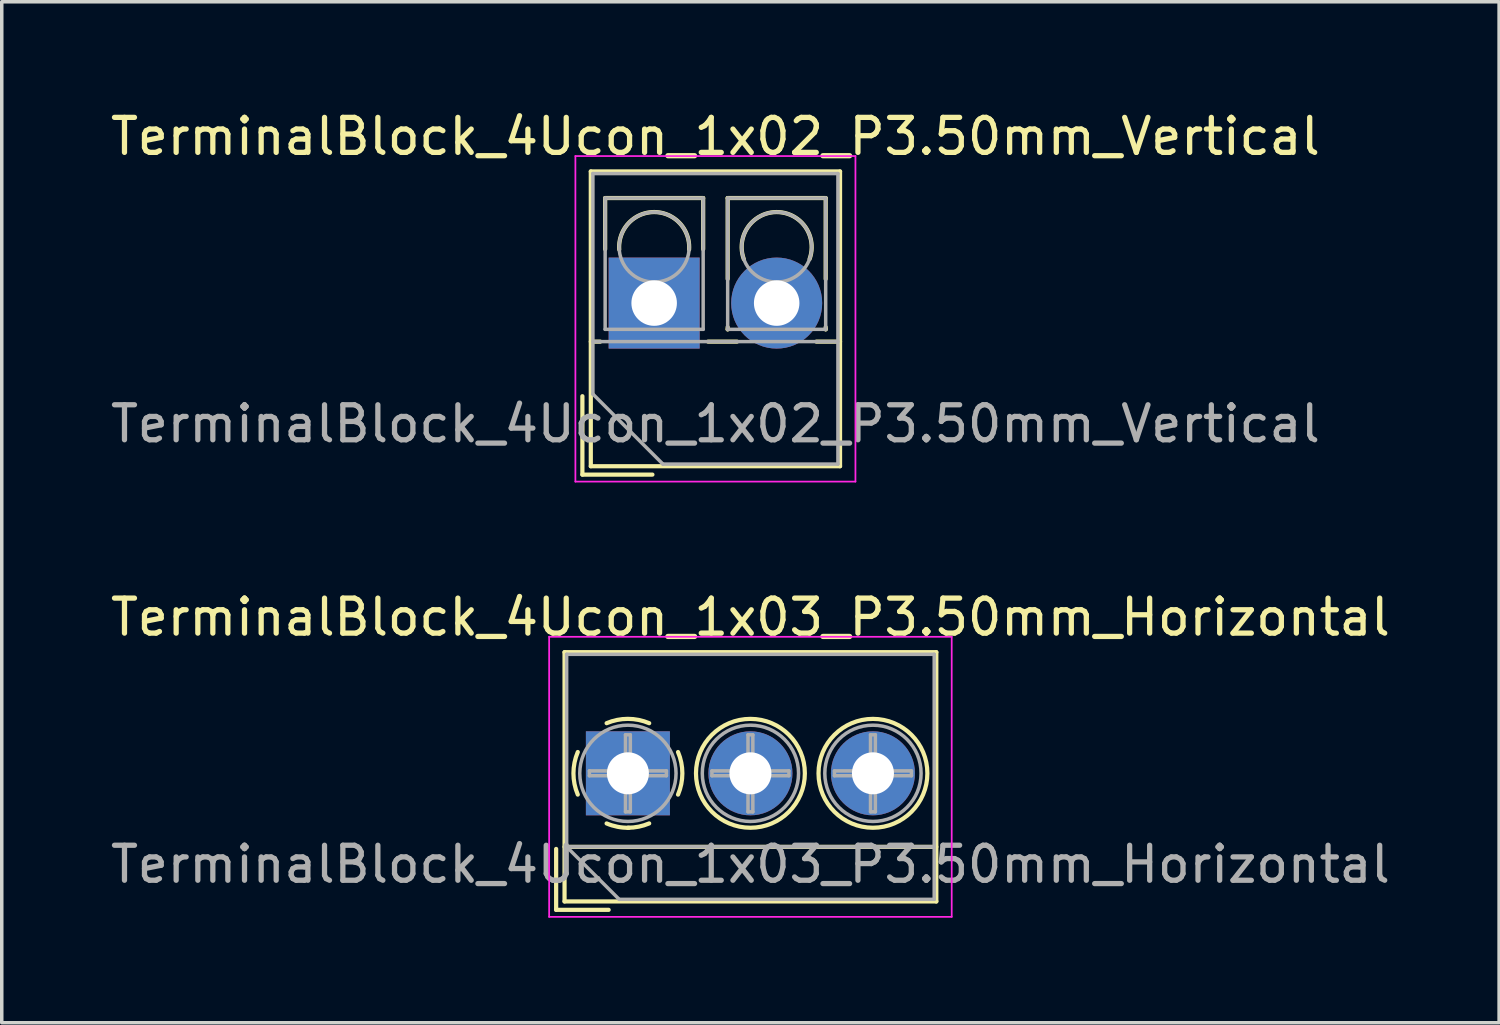
<source format=kicad_pcb>
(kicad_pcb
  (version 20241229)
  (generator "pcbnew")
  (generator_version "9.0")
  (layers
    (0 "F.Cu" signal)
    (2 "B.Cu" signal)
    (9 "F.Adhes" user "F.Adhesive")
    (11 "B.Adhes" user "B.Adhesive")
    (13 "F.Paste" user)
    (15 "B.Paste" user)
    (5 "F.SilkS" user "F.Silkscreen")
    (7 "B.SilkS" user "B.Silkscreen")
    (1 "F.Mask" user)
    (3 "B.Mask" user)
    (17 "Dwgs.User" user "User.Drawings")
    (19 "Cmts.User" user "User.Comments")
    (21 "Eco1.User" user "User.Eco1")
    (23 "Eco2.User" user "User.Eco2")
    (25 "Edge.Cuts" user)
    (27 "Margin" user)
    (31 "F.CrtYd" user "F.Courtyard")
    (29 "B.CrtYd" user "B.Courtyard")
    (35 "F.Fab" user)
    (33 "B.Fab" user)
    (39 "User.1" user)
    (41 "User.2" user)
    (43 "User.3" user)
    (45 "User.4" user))
  (footprint "TerminalBlock_4Ucon_1x02_P3.50mm_Vertical"
    (layer "F.Cu")
    (at 15.637 5.608)
    (property "Reference" "TerminalBlock_4Ucon_1x02_P3.50mm_Vertical" (at 1.75 -4.76 0) (layer "F.SilkS") (effects (font (size 1 1) (thickness 0.15))))
    (attr through_hole)
    (fp_line (start -2.05 2.66) (end -2.05 4.9) (stroke (width 0.12) (type solid)) (layer "F.SilkS"))
    (fp_line (start -2.05 4.9) (end -0.05 4.9) (stroke (width 0.12) (type solid)) (layer "F.SilkS"))
    (fp_line (start -1.81 -3.76) (end -1.81 4.66) (stroke (width 0.12) (type solid)) (layer "F.SilkS"))
    (fp_line (start -1.81 -3.76) (end 5.31 -3.76) (stroke (width 0.12) (type solid)) (layer "F.SilkS"))
    (fp_line (start -1.81 1.101) (end -1.54 1.101) (stroke (width 0.12) (type solid)) (layer "F.SilkS"))
    (fp_line (start -1.81 4.66) (end 5.31 4.66) (stroke (width 0.12) (type solid)) (layer "F.SilkS"))
    (fp_line (start -1.4 -3) (end -1.4 -1.54) (stroke (width 0.12) (type solid)) (layer "F.SilkS"))
    (fp_line (start -1.4 -3) (end 1.4 -3) (stroke (width 0.12) (type solid)) (layer "F.SilkS"))
    (fp_line (start 1.4 -3) (end 1.4 -1.54) (stroke (width 0.12) (type solid)) (layer "F.SilkS"))
    (fp_line (start 1.54 1.101) (end 2.367 1.101) (stroke (width 0.12) (type solid)) (layer "F.SilkS"))
    (fp_line (start 2.1 -3) (end 2.1 -0.689) (stroke (width 0.12) (type solid)) (layer "F.SilkS"))
    (fp_line (start 2.1 -3) (end 4.9 -3) (stroke (width 0.12) (type solid)) (layer "F.SilkS"))
    (fp_line (start 2.1 0.689) (end 2.1 0.75) (stroke (width 0.12) (type solid)) (layer "F.SilkS"))
    (fp_line (start 2.1 0.75) (end 2.101 0.75) (stroke (width 0.12) (type solid)) (layer "F.SilkS"))
    (fp_line (start 4.634 1.101) (end 5.31 1.101) (stroke (width 0.12) (type solid)) (layer "F.SilkS"))
    (fp_line (start 4.9 -3) (end 4.9 -0.689) (stroke (width 0.12) (type solid)) (layer "F.SilkS"))
    (fp_line (start 4.9 0.689) (end 4.9 0.75) (stroke (width 0.12) (type solid)) (layer "F.SilkS"))
    (fp_line (start 4.9 0.75) (end 4.9 0.75) (stroke (width 0.12) (type solid)) (layer "F.SilkS"))
    (fp_line (start 5.31 -3.76) (end 5.31 4.66) (stroke (width 0.12) (type solid)) (layer "F.SilkS"))
    (fp_arc (start -0.99789 -1.529434) (mid -0.000785 -2.600382) (end 0.998 -1.531) (stroke (width 0.12) (type solid)) (layer "F.SilkS"))
    (fp_arc (start 2.560085 -1.257767) (mid 3.499876 -2.600282) (end 4.44 -1.258) (stroke (width 0.12) (type solid)) (layer "F.SilkS"))
    (fp_line (start -2.25 -4.2) (end -2.25 5.1) (stroke (width 0.05) (type solid)) (layer "F.CrtYd"))
    (fp_line (start -2.25 5.1) (end 5.75 5.1) (stroke (width 0.05) (type solid)) (layer "F.CrtYd"))
    (fp_line (start 5.75 -4.2) (end -2.25 -4.2) (stroke (width 0.05) (type solid)) (layer "F.CrtYd"))
    (fp_line (start 5.75 5.1) (end 5.75 -4.2) (stroke (width 0.05) (type solid)) (layer "F.CrtYd"))
    (fp_line (start -1.75 -3.7) (end 5.25 -3.7) (stroke (width 0.1) (type solid)) (layer "F.Fab"))
    (fp_line (start -1.75 1.1) (end 5.25 1.1) (stroke (width 0.1) (type solid)) (layer "F.Fab"))
    (fp_line (start -1.75 2.6) (end -1.75 -3.7) (stroke (width 0.1) (type solid)) (layer "F.Fab"))
    (fp_line (start -1.4 -3) (end -1.4 0.75) (stroke (width 0.1) (type solid)) (layer "F.Fab"))
    (fp_line (start -1.4 0.75) (end 1.4 0.75) (stroke (width 0.1) (type solid)) (layer "F.Fab"))
    (fp_line (start 0.25 4.6) (end -1.75 2.6) (stroke (width 0.1) (type solid)) (layer "F.Fab"))
    (fp_line (start 1.4 -3) (end -1.4 -3) (stroke (width 0.1) (type solid)) (layer "F.Fab"))
    (fp_line (start 1.4 0.75) (end 1.4 -3) (stroke (width 0.1) (type solid)) (layer "F.Fab"))
    (fp_line (start 2.1 -3) (end 2.1 0.75) (stroke (width 0.1) (type solid)) (layer "F.Fab"))
    (fp_line (start 2.1 0.75) (end 4.9 0.75) (stroke (width 0.1) (type solid)) (layer "F.Fab"))
    (fp_line (start 4.9 -3) (end 2.1 -3) (stroke (width 0.1) (type solid)) (layer "F.Fab"))
    (fp_line (start 4.9 0.75) (end 4.9 -3) (stroke (width 0.1) (type solid)) (layer "F.Fab"))
    (fp_line (start 5.25 -3.7) (end 5.25 4.6) (stroke (width 0.1) (type solid)) (layer "F.Fab"))
    (fp_line (start 5.25 4.6) (end 0.25 4.6) (stroke (width 0.1) (type solid)) (layer "F.Fab"))
    (fp_circle (center 0 -1.6) (end 1 -1.6) (stroke (width 0.1) (type solid)) (fill no) (layer "F.Fab"))
    (fp_circle (center 3.5 -1.6) (end 4.5 -1.6) (stroke (width 0.1) (type solid)) (fill no) (layer "F.Fab"))
    (fp_text user "${REFERENCE}" (at 1.75 3.45 0) (layer "F.Fab") (effects (font (size 1 1) (thickness 0.15))))
    (pad "1" thru_hole rect (at 0 0) (size 2.6 2.6) (drill 1.3) (layers "*.Cu" "*.Mask"))
    (pad "2" thru_hole circle (at 3.5 0) (size 2.6 2.6) (drill 1.3) (layers "*.Cu" "*.Mask")))
  (footprint "TerminalBlock_4Ucon_1x03_P3.50mm_Horizontal"
    (layer "F.Cu")
    (at 14.887 19.041)
    (property "Reference" "TerminalBlock_4Ucon_1x03_P3.50mm_Horizontal" (at 3.5 -4.46 0) (layer "F.SilkS") (effects (font (size 1 1) (thickness 0.15))))
    (attr through_hole)
    (fp_line (start -2.05 2.16) (end -2.05 3.9) (stroke (width 0.12) (type solid)) (layer "F.SilkS"))
    (fp_line (start -2.05 3.9) (end -0.55 3.9) (stroke (width 0.12) (type solid)) (layer "F.SilkS"))
    (fp_line (start -1.81 -3.46) (end -1.81 3.66) (stroke (width 0.12) (type solid)) (layer "F.SilkS"))
    (fp_line (start -1.81 2.1) (end 8.81 2.1) (stroke (width 0.12) (type solid)) (layer "F.SilkS"))
    (fp_line (start -1.81 3.66) (end 8.81 3.66) (stroke (width 0.12) (type solid)) (layer "F.SilkS"))
    (fp_line (start 8.81 -3.46) (end -1.81 -3.46) (stroke (width 0.12) (type solid)) (layer "F.SilkS"))
    (fp_line (start 8.81 3.66) (end 8.81 -3.46) (stroke (width 0.12) (type solid)) (layer "F.SilkS"))
    (fp_arc (start -1.432109 0.607742) (mid -1.555727 -0.00014) (end -1.432 -0.608) (stroke (width 0.12) (type solid)) (layer "F.SilkS"))
    (fp_arc (start -0.607742 -1.432109) (mid 0.00014 -1.555727) (end 0.608 -1.432) (stroke (width 0.12) (type solid)) (layer "F.SilkS"))
    (fp_arc (start 0.027011 1.555493) (mid -0.296984 1.527118) (end -0.608 1.432) (stroke (width 0.12) (type solid)) (layer "F.SilkS"))
    (fp_arc (start 0.607587 1.431385) (mid 0.310017 1.523783) (end 0 1.555) (stroke (width 0.12) (type solid)) (layer "F.SilkS"))
    (fp_arc (start 1.432109 -0.607742) (mid 1.555727 0.00014) (end 1.432 0.608) (stroke (width 0.12) (type solid)) (layer "F.SilkS"))
    (fp_circle (center 3.5 0) (end 5.055 0) (stroke (width 0.12) (type solid)) (fill no) (layer "F.SilkS"))
    (fp_circle (center 7 0) (end 8.555 0) (stroke (width 0.12) (type solid)) (fill no) (layer "F.SilkS"))
    (fp_line (start -2.25 -3.9) (end -2.25 4.1) (stroke (width 0.05) (type solid)) (layer "F.CrtYd"))
    (fp_line (start -2.25 4.1) (end 9.25 4.1) (stroke (width 0.05) (type solid)) (layer "F.CrtYd"))
    (fp_line (start 9.25 -3.9) (end -2.25 -3.9) (stroke (width 0.05) (type solid)) (layer "F.CrtYd"))
    (fp_line (start 9.25 4.1) (end 9.25 -3.9) (stroke (width 0.05) (type solid)) (layer "F.CrtYd"))
    (fp_line (start -1.75 -3.4) (end 8.75 -3.4) (stroke (width 0.1) (type solid)) (layer "F.Fab"))
    (fp_line (start -1.75 2.1) (end -1.75 -3.4) (stroke (width 0.1) (type solid)) (layer "F.Fab"))
    (fp_line (start -1.75 2.1) (end 8.75 2.1) (stroke (width 0.1) (type solid)) (layer "F.Fab"))
    (fp_line (start -1.1 -0.069) (end -0.069 -0.069) (stroke (width 0.1) (type solid)) (layer "F.Fab"))
    (fp_line (start -1.1 0.069) (end -1.1 -0.069) (stroke (width 0.1) (type solid)) (layer "F.Fab"))
    (fp_line (start -0.25 3.6) (end -1.75 2.1) (stroke (width 0.1) (type solid)) (layer "F.Fab"))
    (fp_line (start -0.069 -1.1) (end 0.069 -1.1) (stroke (width 0.1) (type solid)) (layer "F.Fab"))
    (fp_line (start -0.069 -0.069) (end -0.069 -1.1) (stroke (width 0.1) (type solid)) (layer "F.Fab"))
    (fp_line (start -0.069 0.069) (end -1.1 0.069) (stroke (width 0.1) (type solid)) (layer "F.Fab"))
    (fp_line (start -0.069 1.1) (end -0.069 0.069) (stroke (width 0.1) (type solid)) (layer "F.Fab"))
    (fp_line (start 0.069 -1.1) (end 0.069 -0.069) (stroke (width 0.1) (type solid)) (layer "F.Fab"))
    (fp_line (start 0.069 -0.069) (end 1.1 -0.069) (stroke (width 0.1) (type solid)) (layer "F.Fab"))
    (fp_line (start 0.069 0.069) (end 0.069 1.1) (stroke (width 0.1) (type solid)) (layer "F.Fab"))
    (fp_line (start 0.069 1.1) (end -0.069 1.1) (stroke (width 0.1) (type solid)) (layer "F.Fab"))
    (fp_line (start 1.1 -0.069) (end 1.1 0.069) (stroke (width 0.1) (type solid)) (layer "F.Fab"))
    (fp_line (start 1.1 0.069) (end 0.069 0.069) (stroke (width 0.1) (type solid)) (layer "F.Fab"))
    (fp_line (start 2.4 -0.069) (end 3.431 -0.069) (stroke (width 0.1) (type solid)) (layer "F.Fab"))
    (fp_line (start 2.4 0.069) (end 2.4 -0.069) (stroke (width 0.1) (type solid)) (layer "F.Fab"))
    (fp_line (start 3.431 -1.1) (end 3.569 -1.1) (stroke (width 0.1) (type solid)) (layer "F.Fab"))
    (fp_line (start 3.431 -0.069) (end 3.431 -1.1) (stroke (width 0.1) (type solid)) (layer "F.Fab"))
    (fp_line (start 3.431 0.069) (end 2.4 0.069) (stroke (width 0.1) (type solid)) (layer "F.Fab"))
    (fp_line (start 3.431 1.1) (end 3.431 0.069) (stroke (width 0.1) (type solid)) (layer "F.Fab"))
    (fp_line (start 3.569 -1.1) (end 3.569 -0.069) (stroke (width 0.1) (type solid)) (layer "F.Fab"))
    (fp_line (start 3.569 -0.069) (end 4.6 -0.069) (stroke (width 0.1) (type solid)) (layer "F.Fab"))
    (fp_line (start 3.569 0.069) (end 3.569 1.1) (stroke (width 0.1) (type solid)) (layer "F.Fab"))
    (fp_line (start 3.569 1.1) (end 3.431 1.1) (stroke (width 0.1) (type solid)) (layer "F.Fab"))
    (fp_line (start 4.6 -0.069) (end 4.6 0.069) (stroke (width 0.1) (type solid)) (layer "F.Fab"))
    (fp_line (start 4.6 0.069) (end 3.569 0.069) (stroke (width 0.1) (type solid)) (layer "F.Fab"))
    (fp_line (start 5.9 -0.069) (end 6.931 -0.069) (stroke (width 0.1) (type solid)) (layer "F.Fab"))
    (fp_line (start 5.9 0.069) (end 5.9 -0.069) (stroke (width 0.1) (type solid)) (layer "F.Fab"))
    (fp_line (start 6.931 -1.1) (end 7.069 -1.1) (stroke (width 0.1) (type solid)) (layer "F.Fab"))
    (fp_line (start 6.931 -0.069) (end 6.931 -1.1) (stroke (width 0.1) (type solid)) (layer "F.Fab"))
    (fp_line (start 6.931 0.069) (end 5.9 0.069) (stroke (width 0.1) (type solid)) (layer "F.Fab"))
    (fp_line (start 6.931 1.1) (end 6.931 0.069) (stroke (width 0.1) (type solid)) (layer "F.Fab"))
    (fp_line (start 7.069 -1.1) (end 7.069 -0.069) (stroke (width 0.1) (type solid)) (layer "F.Fab"))
    (fp_line (start 7.069 -0.069) (end 8.1 -0.069) (stroke (width 0.1) (type solid)) (layer "F.Fab"))
    (fp_line (start 7.069 0.069) (end 7.069 1.1) (stroke (width 0.1) (type solid)) (layer "F.Fab"))
    (fp_line (start 7.069 1.1) (end 6.931 1.1) (stroke (width 0.1) (type solid)) (layer "F.Fab"))
    (fp_line (start 8.1 -0.069) (end 8.1 0.069) (stroke (width 0.1) (type solid)) (layer "F.Fab"))
    (fp_line (start 8.1 0.069) (end 7.069 0.069) (stroke (width 0.1) (type solid)) (layer "F.Fab"))
    (fp_line (start 8.75 -3.4) (end 8.75 3.6) (stroke (width 0.1) (type solid)) (layer "F.Fab"))
    (fp_line (start 8.75 3.6) (end -0.25 3.6) (stroke (width 0.1) (type solid)) (layer "F.Fab"))
    (fp_circle (center 0 0) (end 1.375 0) (stroke (width 0.1) (type solid)) (fill no) (layer "F.Fab"))
    (fp_circle (center 3.5 0) (end 4.875 0) (stroke (width 0.1) (type solid)) (fill no) (layer "F.Fab"))
    (fp_circle (center 7 0) (end 8.375 0) (stroke (width 0.1) (type solid)) (fill no) (layer "F.Fab"))
    (fp_text user "${REFERENCE}" (at 3.5 2.6 0) (layer "F.Fab") (effects (font (size 1 1) (thickness 0.15))))
    (pad "1" thru_hole rect (at 0 0) (size 2.4 2.4) (drill 1.2) (layers "*.Cu" "*.Mask"))
    (pad "2" thru_hole circle (at 3.5 0) (size 2.4 2.4) (drill 1.2) (layers "*.Cu" "*.Mask"))
    (pad "3" thru_hole circle (at 7 0) (size 2.4 2.4) (drill 1.2) (layers "*.Cu" "*.Mask")))
  (gr_rect
    (start -3 -3)
    (end 39.774 26.166)
    (stroke (width 0.1) (type default))
    (fill no)
    (layer "Edge.Cuts")))
</source>
